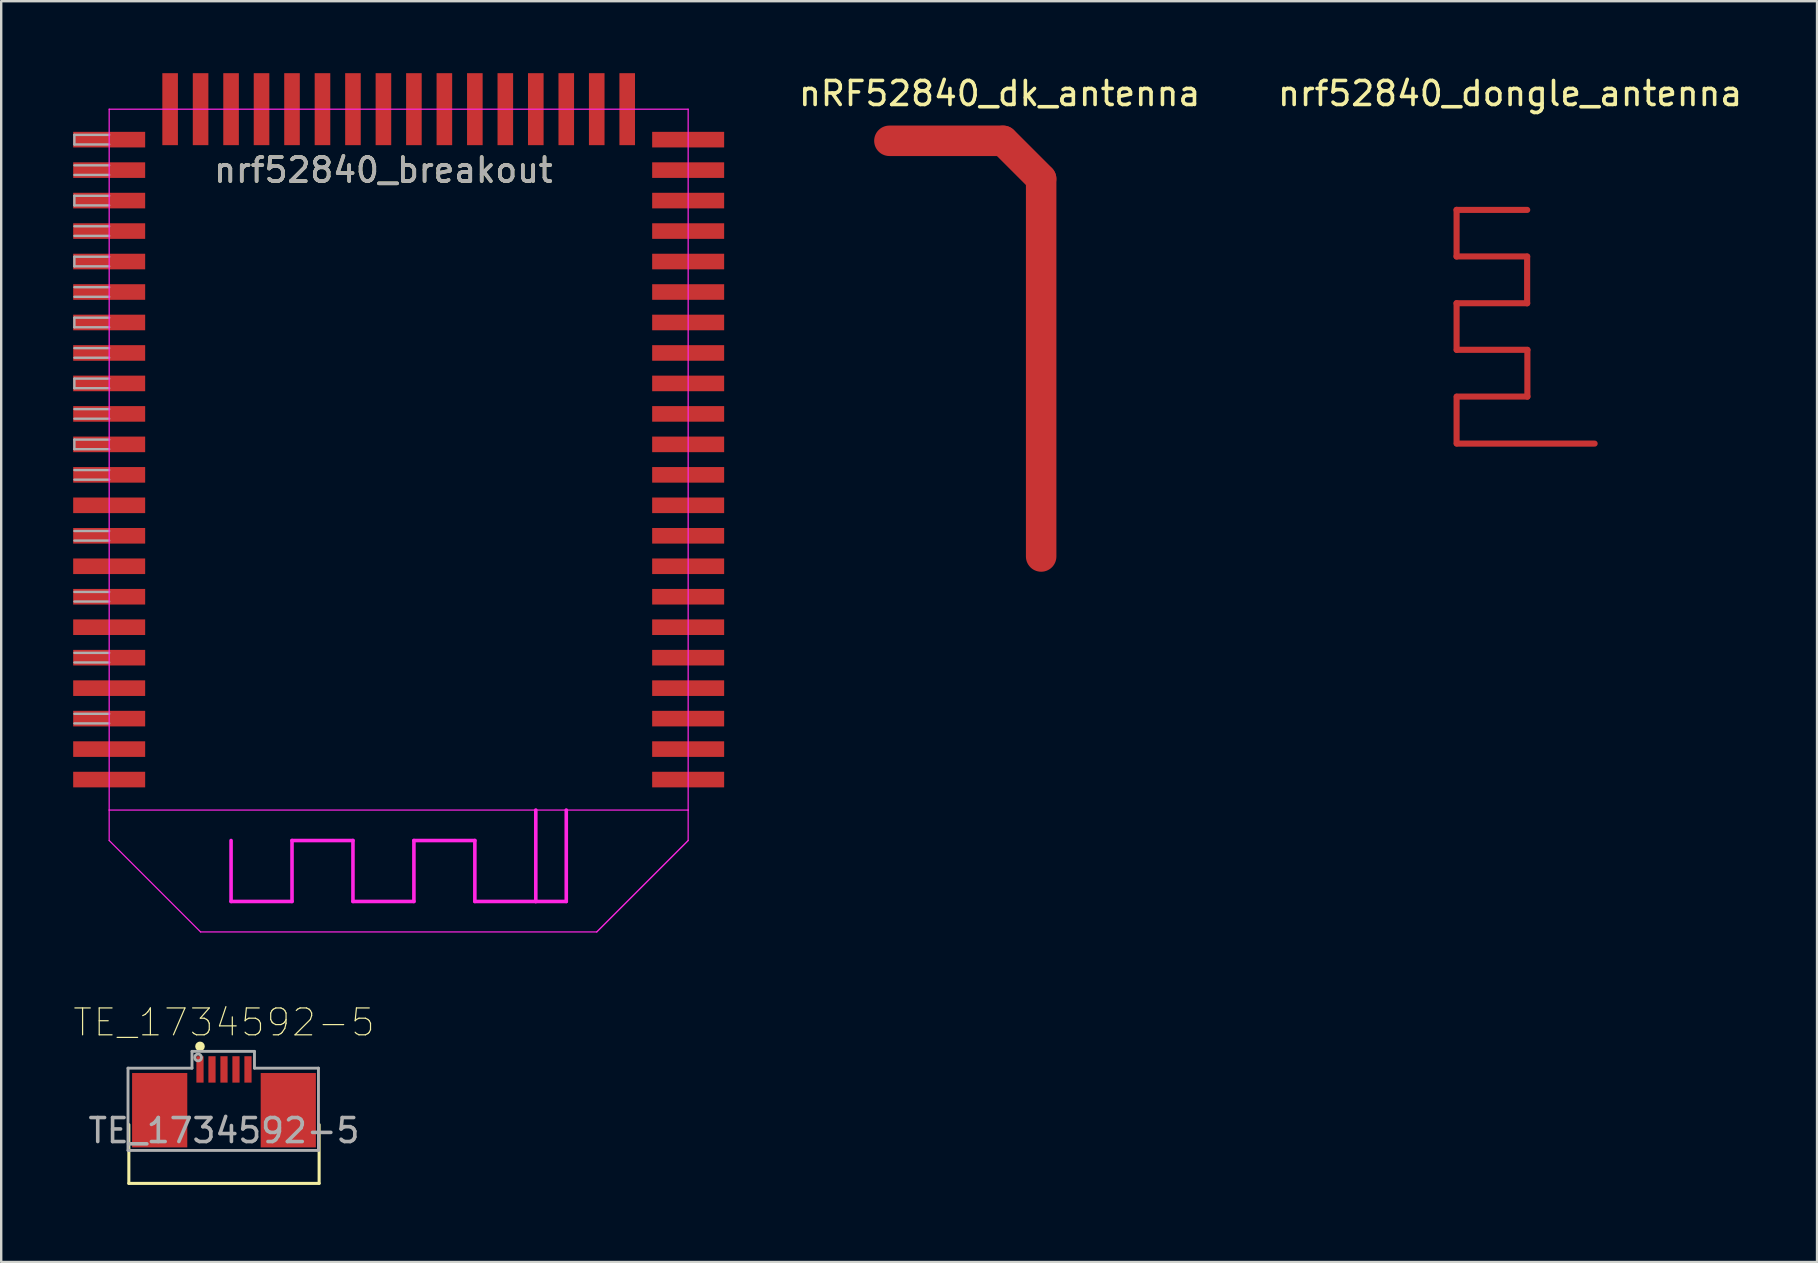
<source format=kicad_pcb>
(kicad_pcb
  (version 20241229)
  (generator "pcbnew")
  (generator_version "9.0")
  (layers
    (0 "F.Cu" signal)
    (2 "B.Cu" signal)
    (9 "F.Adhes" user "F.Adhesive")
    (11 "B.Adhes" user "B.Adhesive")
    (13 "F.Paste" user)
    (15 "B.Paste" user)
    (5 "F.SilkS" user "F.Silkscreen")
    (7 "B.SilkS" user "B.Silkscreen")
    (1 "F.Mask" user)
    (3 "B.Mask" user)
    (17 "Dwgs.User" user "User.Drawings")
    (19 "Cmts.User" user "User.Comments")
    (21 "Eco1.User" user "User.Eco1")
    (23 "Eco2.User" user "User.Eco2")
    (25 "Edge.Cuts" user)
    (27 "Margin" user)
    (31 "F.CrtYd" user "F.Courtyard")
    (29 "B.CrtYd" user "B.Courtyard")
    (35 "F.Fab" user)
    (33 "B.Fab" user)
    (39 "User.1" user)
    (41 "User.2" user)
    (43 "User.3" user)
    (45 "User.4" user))
  (footprint "nrf52840_breakout"
    (layer "F.Cu")
    (at 12.93 16.74)
    (property "Reference" "nrf52840_breakout" (at 0 -12.7 0) (layer "F.SilkS") (effects (font (size 1 1) (thickness 0.15))))
    (attr smd)
    (fp_line (start -11.43 -15.24) (end -11.43 13.97) (stroke (width 0.05) (type solid)) (layer "F.CrtYd"))
    (fp_line (start -11.43 -15.24) (end 12.7 -15.24) (stroke (width 0.05) (type solid)) (layer "F.CrtYd"))
    (fp_line (start -11.43 13.97) (end -11.43 15.24) (stroke (width 0.05) (type solid)) (layer "F.CrtYd"))
    (fp_line (start -11.43 13.97) (end 12.7 13.97) (stroke (width 0.05) (type solid)) (layer "F.CrtYd"))
    (fp_line (start -7.62 19.05) (end -11.43 15.24) (stroke (width 0.05) (type solid)) (layer "F.CrtYd"))
    (fp_line (start -6.35 17.78) (end -6.35 15.24) (stroke (width 0.15) (type solid)) (layer "F.CrtYd"))
    (fp_line (start -3.81 15.24) (end -3.81 17.78) (stroke (width 0.15) (type solid)) (layer "F.CrtYd"))
    (fp_line (start -3.81 17.78) (end -6.35 17.78) (stroke (width 0.15) (type solid)) (layer "F.CrtYd"))
    (fp_line (start -1.27 15.24) (end -3.81 15.24) (stroke (width 0.15) (type solid)) (layer "F.CrtYd"))
    (fp_line (start -1.27 17.78) (end -1.27 15.24) (stroke (width 0.15) (type solid)) (layer "F.CrtYd"))
    (fp_line (start 1.27 15.24) (end 1.27 17.78) (stroke (width 0.15) (type solid)) (layer "F.CrtYd"))
    (fp_line (start 1.27 17.78) (end -1.27 17.78) (stroke (width 0.15) (type solid)) (layer "F.CrtYd"))
    (fp_line (start 3.81 15.24) (end 1.27 15.24) (stroke (width 0.15) (type solid)) (layer "F.CrtYd"))
    (fp_line (start 3.81 17.78) (end 3.81 15.24) (stroke (width 0.15) (type solid)) (layer "F.CrtYd"))
    (fp_line (start 6.35 13.97) (end 6.35 17.78) (stroke (width 0.15) (type solid)) (layer "F.CrtYd"))
    (fp_line (start 6.35 17.78) (end 3.81 17.78) (stroke (width 0.15) (type solid)) (layer "F.CrtYd"))
    (fp_line (start 6.35 17.78) (end 7.62 17.78) (stroke (width 0.15) (type solid)) (layer "F.CrtYd"))
    (fp_line (start 7.62 17.78) (end 7.62 13.97) (stroke (width 0.15) (type solid)) (layer "F.CrtYd"))
    (fp_line (start 8.89 19.05) (end -7.62 19.05) (stroke (width 0.05) (type solid)) (layer "F.CrtYd"))
    (fp_line (start 12.7 -15.24) (end 12.7 13.97) (stroke (width 0.05) (type solid)) (layer "F.CrtYd"))
    (fp_line (start 12.7 13.97) (end 12.7 15.24) (stroke (width 0.05) (type solid)) (layer "F.CrtYd"))
    (fp_line (start 12.7 15.24) (end 8.89 19.05) (stroke (width 0.056) (type solid)) (layer "F.CrtYd"))
    (fp_line (start -12.88 -14.17) (end -11.43 -14.17) (stroke (width 0.1) (type solid)) (layer "F.Fab"))
    (fp_line (start -12.88 -13.77) (end -12.88 -14.17) (stroke (width 0.1) (type solid)) (layer "F.Fab"))
    (fp_line (start -12.88 -12.5) (end -11.43 -12.5) (stroke (width 0.1) (type solid)) (layer "F.Fab"))
    (fp_line (start -12.88 -11.63) (end -11.43 -11.63) (stroke (width 0.1) (type solid)) (layer "F.Fab"))
    (fp_line (start -12.88 -11.23) (end -12.88 -11.63) (stroke (width 0.1) (type solid)) (layer "F.Fab"))
    (fp_line (start -12.88 -9.96) (end -11.43 -9.96) (stroke (width 0.1) (type solid)) (layer "F.Fab"))
    (fp_line (start -12.88 -9.09) (end -11.43 -9.09) (stroke (width 0.1) (type solid)) (layer "F.Fab"))
    (fp_line (start -12.88 -8.69) (end -12.88 -9.09) (stroke (width 0.1) (type solid)) (layer "F.Fab"))
    (fp_line (start -12.88 -7.42) (end -11.43 -7.42) (stroke (width 0.1) (type solid)) (layer "F.Fab"))
    (fp_line (start -12.88 -6.55) (end -11.43 -6.55) (stroke (width 0.1) (type solid)) (layer "F.Fab"))
    (fp_line (start -12.88 -6.15) (end -12.88 -6.55) (stroke (width 0.1) (type solid)) (layer "F.Fab"))
    (fp_line (start -12.88 -4.88) (end -11.43 -4.88) (stroke (width 0.1) (type solid)) (layer "F.Fab"))
    (fp_line (start -12.88 -4.01) (end -11.43 -4.01) (stroke (width 0.1) (type solid)) (layer "F.Fab"))
    (fp_line (start -12.88 -3.61) (end -12.88 -4.01) (stroke (width 0.1) (type solid)) (layer "F.Fab"))
    (fp_line (start -12.88 -2.34) (end -11.43 -2.34) (stroke (width 0.1) (type solid)) (layer "F.Fab"))
    (fp_line (start -12.88 -1.47) (end -11.43 -1.47) (stroke (width 0.1) (type solid)) (layer "F.Fab"))
    (fp_line (start -12.88 -1.07) (end -12.88 -1.47) (stroke (width 0.1) (type solid)) (layer "F.Fab"))
    (fp_line (start -12.88 0.2) (end -11.43 0.2) (stroke (width 0.1) (type solid)) (layer "F.Fab"))
    (fp_line (start -12.88 2.74) (end -11.43 2.74) (stroke (width 0.1) (type solid)) (layer "F.Fab"))
    (fp_line (start -12.88 5.28) (end -11.43 5.28) (stroke (width 0.1) (type solid)) (layer "F.Fab"))
    (fp_line (start -12.88 7.82) (end -11.43 7.82) (stroke (width 0.1) (type solid)) (layer "F.Fab"))
    (fp_line (start -12.88 10.36) (end -11.43 10.36) (stroke (width 0.1) (type solid)) (layer "F.Fab"))
    (fp_line (start -11.43 -13.77) (end -12.88 -13.77) (stroke (width 0.1) (type solid)) (layer "F.Fab"))
    (fp_line (start -11.43 -12.9) (end -12.88 -12.9) (stroke (width 0.1) (type solid)) (layer "F.Fab"))
    (fp_line (start -11.43 -11.23) (end -12.88 -11.23) (stroke (width 0.1) (type solid)) (layer "F.Fab"))
    (fp_line (start -11.43 -10.36) (end -12.88 -10.36) (stroke (width 0.1) (type solid)) (layer "F.Fab"))
    (fp_line (start -11.43 -8.69) (end -12.88 -8.69) (stroke (width 0.1) (type solid)) (layer "F.Fab"))
    (fp_line (start -11.43 -7.82) (end -12.88 -7.82) (stroke (width 0.1) (type solid)) (layer "F.Fab"))
    (fp_line (start -11.43 -6.15) (end -12.88 -6.15) (stroke (width 0.1) (type solid)) (layer "F.Fab"))
    (fp_line (start -11.43 -5.28) (end -12.88 -5.28) (stroke (width 0.1) (type solid)) (layer "F.Fab"))
    (fp_line (start -11.43 -3.61) (end -12.88 -3.61) (stroke (width 0.1) (type solid)) (layer "F.Fab"))
    (fp_line (start -11.43 -2.74) (end -12.88 -2.74) (stroke (width 0.1) (type solid)) (layer "F.Fab"))
    (fp_line (start -11.43 -1.07) (end -12.88 -1.07) (stroke (width 0.1) (type solid)) (layer "F.Fab"))
    (fp_line (start -11.43 -0.2) (end -12.88 -0.2) (stroke (width 0.1) (type solid)) (layer "F.Fab"))
    (fp_line (start -11.43 2.34) (end -12.88 2.34) (stroke (width 0.1) (type solid)) (layer "F.Fab"))
    (fp_line (start -11.43 4.88) (end -12.88 4.88) (stroke (width 0.1) (type solid)) (layer "F.Fab"))
    (fp_line (start -11.43 7.42) (end -12.88 7.42) (stroke (width 0.1) (type solid)) (layer "F.Fab"))
    (fp_line (start -11.43 9.96) (end -12.88 9.96) (stroke (width 0.1) (type solid)) (layer "F.Fab"))
    (fp_text user "${REFERENCE}" (at 0 -12.7 180) (layer "F.Fab") (effects (font (size 1 1) (thickness 0.15))))
    (pad "1" smd rect (at -11.43 12.7 180) (size 3 0.65) (layers "F.Cu" "F.Mask" "F.Paste"))
    (pad "2" smd rect (at -11.43 11.43 180) (size 3 0.65) (layers "F.Cu" "F.Mask" "F.Paste"))
    (pad "3" smd rect (at -11.43 10.16 180) (size 3 0.65) (layers "F.Cu" "F.Mask" "F.Paste"))
    (pad "4" smd rect (at -11.43 8.89 180) (size 3 0.65) (layers "F.Cu" "F.Mask" "F.Paste"))
    (pad "5" smd rect (at -11.43 7.62 180) (size 3 0.65) (layers "F.Cu" "F.Mask" "F.Paste"))
    (pad "6" smd rect (at -11.43 6.35 180) (size 3 0.65) (layers "F.Cu" "F.Mask" "F.Paste"))
    (pad "7" smd rect (at -11.43 5.08 180) (size 3 0.65) (layers "F.Cu" "F.Mask" "F.Paste"))
    (pad "8" smd rect (at -11.43 3.81 180) (size 3 0.65) (layers "F.Cu" "F.Mask" "F.Paste"))
    (pad "9" smd rect (at -11.43 2.54 180) (size 3 0.65) (layers "F.Cu" "F.Mask" "F.Paste"))
    (pad "10" smd rect (at -11.43 1.27 180) (size 3 0.65) (layers "F.Cu" "F.Mask" "F.Paste"))
    (pad "11" smd rect (at -11.43 0 180) (size 3 0.65) (layers "F.Cu" "F.Mask" "F.Paste"))
    (pad "12" smd rect (at -11.43 -1.27 180) (size 3 0.65) (layers "F.Cu" "F.Mask" "F.Paste"))
    (pad "13" smd rect (at -11.43 -2.54 180) (size 3 0.65) (layers "F.Cu" "F.Mask" "F.Paste"))
    (pad "14" smd rect (at -11.43 -3.81 180) (size 3 0.65) (layers "F.Cu" "F.Mask" "F.Paste"))
    (pad "15" smd rect (at -11.43 -5.08 180) (size 3 0.65) (layers "F.Cu" "F.Mask" "F.Paste"))
    (pad "16" smd rect (at -11.43 -6.35 180) (size 3 0.65) (layers "F.Cu" "F.Mask" "F.Paste"))
    (pad "17" smd rect (at -11.43 -7.62 180) (size 3 0.65) (layers "F.Cu" "F.Mask" "F.Paste"))
    (pad "18" smd rect (at -11.43 -8.89 180) (size 3 0.65) (layers "F.Cu" "F.Mask" "F.Paste"))
    (pad "19" smd rect (at -11.43 -10.16 180) (size 3 0.65) (layers "F.Cu" "F.Mask" "F.Paste"))
    (pad "20" smd rect (at -11.43 -11.43 180) (size 3 0.65) (layers "F.Cu" "F.Mask" "F.Paste"))
    (pad "21" smd rect (at -11.43 -12.7 180) (size 3 0.65) (layers "F.Cu" "F.Mask" "F.Paste"))
    (pad "22" smd rect (at -11.43 -13.97 180) (size 3 0.65) (layers "F.Cu" "F.Mask" "F.Paste"))
    (pad "23" smd rect (at -8.89 -15.24 90) (size 3 0.65) (layers "F.Cu" "F.Mask" "F.Paste"))
    (pad "24" smd rect (at -7.62 -15.24 90) (size 3 0.65) (layers "F.Cu" "F.Mask" "F.Paste"))
    (pad "25" smd rect (at -6.35 -15.24 90) (size 3 0.65) (layers "F.Cu" "F.Mask" "F.Paste"))
    (pad "26" smd rect (at -5.08 -15.24 90) (size 3 0.65) (layers "F.Cu" "F.Mask" "F.Paste"))
    (pad "27" smd rect (at -3.81 -15.24 90) (size 3 0.65) (layers "F.Cu" "F.Mask" "F.Paste"))
    (pad "28" smd rect (at -2.54 -15.24 90) (size 3 0.65) (layers "F.Cu" "F.Mask" "F.Paste"))
    (pad "29" smd rect (at -1.27 -15.24 90) (size 3 0.65) (layers "F.Cu" "F.Mask" "F.Paste"))
    (pad "30" smd rect (at 0 -15.24 90) (size 3 0.65) (layers "F.Cu" "F.Mask" "F.Paste"))
    (pad "31" smd rect (at 1.27 -15.24 90) (size 3 0.65) (layers "F.Cu" "F.Mask" "F.Paste"))
    (pad "32" smd rect (at 2.54 -15.24 90) (size 3 0.65) (layers "F.Cu" "F.Mask" "F.Paste"))
    (pad "33" smd rect (at 3.81 -15.24 90) (size 3 0.65) (layers "F.Cu" "F.Mask" "F.Paste"))
    (pad "34" smd rect (at 5.08 -15.24 90) (size 3 0.65) (layers "F.Cu" "F.Mask" "F.Paste"))
    (pad "35" smd rect (at 6.35 -15.24 90) (size 3 0.65) (layers "F.Cu" "F.Mask" "F.Paste"))
    (pad "36" smd rect (at 7.62 -15.24 90) (size 3 0.65) (layers "F.Cu" "F.Mask" "F.Paste"))
    (pad "37" smd rect (at 8.89 -15.24 90) (size 3 0.65) (layers "F.Cu" "F.Mask" "F.Paste"))
    (pad "38" smd rect (at 10.16 -15.24 90) (size 3 0.65) (layers "F.Cu" "F.Mask" "F.Paste"))
    (pad "39" smd rect (at 12.7 -13.97) (size 3 0.65) (layers "F.Cu" "F.Mask" "F.Paste"))
    (pad "40" smd rect (at 12.7 -12.7) (size 3 0.65) (layers "F.Cu" "F.Mask" "F.Paste"))
    (pad "41" smd rect (at 12.7 -11.43) (size 3 0.65) (layers "F.Cu" "F.Mask" "F.Paste"))
    (pad "42" smd rect (at 12.7 -10.16) (size 3 0.65) (layers "F.Cu" "F.Mask" "F.Paste"))
    (pad "43" smd rect (at 12.7 -8.89) (size 3 0.65) (layers "F.Cu" "F.Mask" "F.Paste"))
    (pad "44" smd rect (at 12.7 -7.62) (size 3 0.65) (layers "F.Cu" "F.Mask" "F.Paste"))
    (pad "45" smd rect (at 12.7 -6.35) (size 3 0.65) (layers "F.Cu" "F.Mask" "F.Paste"))
    (pad "46" smd rect (at 12.7 -5.08) (size 3 0.65) (layers "F.Cu" "F.Mask" "F.Paste"))
    (pad "47" smd rect (at 12.7 -3.81) (size 3 0.65) (layers "F.Cu" "F.Mask" "F.Paste"))
    (pad "48" smd rect (at 12.7 -2.54) (size 3 0.65) (layers "F.Cu" "F.Mask" "F.Paste"))
    (pad "49" smd rect (at 12.7 -1.27) (size 3 0.65) (layers "F.Cu" "F.Mask" "F.Paste"))
    (pad "50" smd rect (at 12.7 0) (size 3 0.65) (layers "F.Cu" "F.Mask" "F.Paste"))
    (pad "51" smd rect (at 12.7 1.27) (size 3 0.65) (layers "F.Cu" "F.Mask" "F.Paste"))
    (pad "52" smd rect (at 12.7 2.54) (size 3 0.65) (layers "F.Cu" "F.Mask" "F.Paste"))
    (pad "53" smd rect (at 12.7 3.81) (size 3 0.65) (layers "F.Cu" "F.Mask" "F.Paste"))
    (pad "54" smd rect (at 12.7 5.08) (size 3 0.65) (layers "F.Cu" "F.Mask" "F.Paste"))
    (pad "55" smd rect (at 12.7 6.35) (size 3 0.65) (layers "F.Cu" "F.Mask" "F.Paste"))
    (pad "56" smd rect (at 12.7 7.62) (size 3 0.65) (layers "F.Cu" "F.Mask" "F.Paste"))
    (pad "57" smd rect (at 12.7 8.89) (size 3 0.65) (layers "F.Cu" "F.Mask" "F.Paste"))
    (pad "58" smd rect (at 12.7 10.16) (size 3 0.65) (layers "F.Cu" "F.Mask" "F.Paste"))
    (pad "59" smd rect (at 12.7 11.43) (size 3 0.65) (layers "F.Cu" "F.Mask" "F.Paste"))
    (pad "60" smd rect (at 12.7 12.7) (size 3 0.65) (layers "F.Cu" "F.Mask" "F.Paste")))
  (footprint "nRF52840_dk_antenna"
    (layer "F.Cu")
    (at 38.612 2.918)
    (property "Reference" "nRF52840_dk_antenna" (at 0 -2.07 0) (layer "F.SilkS") (effects (font (size 1 1) (thickness 0.15))))
    (attr through_hole)
    (pad "1" smd oval (at -2.23 -0.1) (size 6 1.27) (layers "F.Cu" "F.Mask" "F.Paste"))
    (pad "1" smd oval (at 0.94 0.69 315) (size 3.5 1.27) (layers "F.Cu" "F.Mask" "F.Paste"))
    (pad "1" smd oval (at 1.73 9.36 270) (size 17 1.27) (layers "F.Cu" "F.Mask" "F.Paste")))
  (footprint "nrf52840_dongle_antenna"
    (layer "F.Cu")
    (at 59.886 9.738)
    (property "Reference" "nrf52840_dongle_antenna" (at 0 -8.89 0) (layer "F.SilkS") (effects (font (size 1 1) (thickness 0.15))))
    (attr through_hole)
    (pad "1" smd oval (at -2.23 -3.07 90) (size 2.2 0.254) (layers "F.Cu" "F.Mask" "F.Paste"))
    (pad "1" smd oval (at -2.23 0.82 90) (size 2.2 0.254) (layers "F.Cu" "F.Mask" "F.Paste"))
    (pad "1" smd oval (at -2.23 4.72 90) (size 2.2 0.254) (layers "F.Cu" "F.Mask" "F.Paste"))
    (pad "1" smd oval (at -0.76 -4.04) (size 3.2 0.254) (layers "F.Cu" "F.Mask" "F.Paste"))
    (pad "1" smd oval (at -0.76 -2.1) (size 3.2 0.254) (layers "F.Cu" "F.Mask" "F.Paste"))
    (pad "1" smd oval (at -0.76 -0.15) (size 3.2 0.254) (layers "F.Cu" "F.Mask" "F.Paste"))
    (pad "1" smd oval (at -0.75 1.79) (size 3.2 0.254) (layers "F.Cu" "F.Mask" "F.Paste"))
    (pad "1" smd oval (at -0.75 3.74) (size 3.2 0.254) (layers "F.Cu" "F.Mask" "F.Paste"))
    (pad "1" smd oval (at 0.65 5.7) (size 6 0.254) (layers "F.Cu" "F.Mask" "F.Paste"))
    (pad "1" smd oval (at 0.71 -1.12 90) (size 2.2 0.254) (layers "F.Cu" "F.Mask" "F.Paste"))
    (pad "1" smd oval (at 0.72 2.77 90) (size 2.2 0.254) (layers "F.Cu" "F.Mask" "F.Paste")))
  (footprint "TE_1734592-5"
    (layer "F.Cu")
    (at 6.285 44.07)
    (property "Reference" "TE_1734592-5" (at 0 -4.508 0) (layer "F.SilkS") (effects (font (size 1.12 1.12) (thickness 0.05))))
    (attr smd)
    (fp_line (start -3.965 2.2) (end -3.965 -0.25) (stroke (width 0.127) (type solid)) (layer "F.SilkS"))
    (fp_line (start -3.965 2.2) (end 3.965 2.2) (stroke (width 0.127) (type solid)) (layer "F.SilkS"))
    (fp_line (start 3.965 2.2) (end 3.965 -0.25) (stroke (width 0.127) (type solid)) (layer "F.SilkS"))
    (fp_circle (center -1 -3.51) (end -0.9 -3.51) (stroke (width 0.2) (type solid)) (fill no) (layer "F.SilkS"))
    (fp_line (start -4.215 -2.65) (end -1.4 -2.65) (stroke (width 0.05) (type solid)) (layer "Eco1.User"))
    (fp_line (start -4.215 2.45) (end -4.215 -2.65) (stroke (width 0.05) (type solid)) (layer "Eco1.User"))
    (fp_line (start -1.4 -3.35) (end 1.4 -3.35) (stroke (width 0.05) (type solid)) (layer "Eco1.User"))
    (fp_line (start -1.4 -2.65) (end -1.4 -3.35) (stroke (width 0.05) (type solid)) (layer "Eco1.User"))
    (fp_line (start 1.4 -3.35) (end 1.4 -2.65) (stroke (width 0.05) (type solid)) (layer "Eco1.User"))
    (fp_line (start 1.4 -2.65) (end 4.215 -2.65) (stroke (width 0.05) (type solid)) (layer "Eco1.User"))
    (fp_line (start 4.215 -2.65) (end 4.215 2.45) (stroke (width 0.05) (type solid)) (layer "Eco1.User"))
    (fp_line (start 4.215 2.45) (end -4.215 2.45) (stroke (width 0.05) (type solid)) (layer "Eco1.User"))
    (fp_line (start -3.965 0.6) (end -3.31 0.6) (stroke (width 0.127) (type solid)) (layer "Eco2.User"))
    (fp_line (start -3.965 2.2) (end -3.965 0.6) (stroke (width 0.127) (type solid)) (layer "Eco2.User"))
    (fp_line (start -3.31 -2.2) (end 3.31 -2.2) (stroke (width 0.127) (type solid)) (layer "Eco2.User"))
    (fp_line (start -3.31 0.6) (end -3.31 -2.2) (stroke (width 0.127) (type solid)) (layer "Eco2.User"))
    (fp_line (start 3.31 -2.2) (end 3.31 0.6) (stroke (width 0.127) (type solid)) (layer "Eco2.User"))
    (fp_line (start 3.31 0.6) (end 3.965 0.6) (stroke (width 0.127) (type solid)) (layer "Eco2.User"))
    (fp_line (start 3.965 0.6) (end 3.965 2.2) (stroke (width 0.127) (type solid)) (layer "Eco2.User"))
    (fp_line (start 3.965 2.2) (end -3.965 2.2) (stroke (width 0.127) (type solid)) (layer "Eco2.User"))
    (fp_line (start -4 -2.603) (end -4 0.826) (stroke (width 0.12) (type solid)) (layer "F.Fab"))
    (fp_line (start -4 0.826) (end -3.937 0.826) (stroke (width 0.12) (type solid)) (layer "F.Fab"))
    (fp_line (start -3.937 0.826) (end 3.937 0.826) (stroke (width 0.12) (type solid)) (layer "F.Fab"))
    (fp_line (start -1.333 -3.302) (end -1.333 -2.603) (stroke (width 0.12) (type solid)) (layer "F.Fab"))
    (fp_line (start -1.333 -2.603) (end -4 -2.603) (stroke (width 0.12) (type solid)) (layer "F.Fab"))
    (fp_line (start 1.27 -3.302) (end -1.333 -3.302) (stroke (width 0.12) (type solid)) (layer "F.Fab"))
    (fp_line (start 1.27 -2.603) (end 1.27 -3.302) (stroke (width 0.12) (type solid)) (layer "F.Fab"))
    (fp_line (start 3.937 -2.603) (end 1.27 -2.603) (stroke (width 0.12) (type solid)) (layer "F.Fab"))
    (fp_line (start 3.937 0.826) (end 3.937 -2.603) (stroke (width 0.12) (type solid)) (layer "F.Fab"))
    (fp_circle (center -1.079 -3.048) (end -1.016 -2.921) (stroke (width 0.12) (type solid)) (fill no) (layer "F.Fab"))
    (fp_text user "${REFERENCE}" (at 0 0 0) (layer "F.Fab") (effects (font (size 1 1) (thickness 0.15))))
    (pad "1" smd rect (at -1 -2.55 90) (size 1.1 0.3) (layers "F.Cu" "F.Mask" "F.Paste"))
    (pad "2" smd rect (at -0.5 -2.55 90) (size 1.1 0.3) (layers "F.Cu" "F.Mask" "F.Paste"))
    (pad "3" smd rect (at 0 -2.55 90) (size 1.1 0.3) (layers "F.Cu" "F.Mask" "F.Paste"))
    (pad "4" smd rect (at 0.5 -2.55 90) (size 1.1 0.3) (layers "F.Cu" "F.Mask" "F.Paste"))
    (pad "5" smd rect (at 1 -2.55 90) (size 1.1 0.3) (layers "F.Cu" "F.Mask" "F.Paste"))
    (pad "S1" smd rect (at -2.68 -0.85 90) (size 3.1 2.3) (layers "F.Cu" "F.Mask" "F.Paste"))
    (pad "S1" smd rect (at 2.68 -0.85 90) (size 3.1 2.3) (layers "F.Cu" "F.Mask" "F.Paste")))
  (gr_rect
    (start -3 -3)
    (end 72.678 49.545)
    (stroke (width 0.1) (type default))
    (fill no)
    (layer "Edge.Cuts")))
</source>
